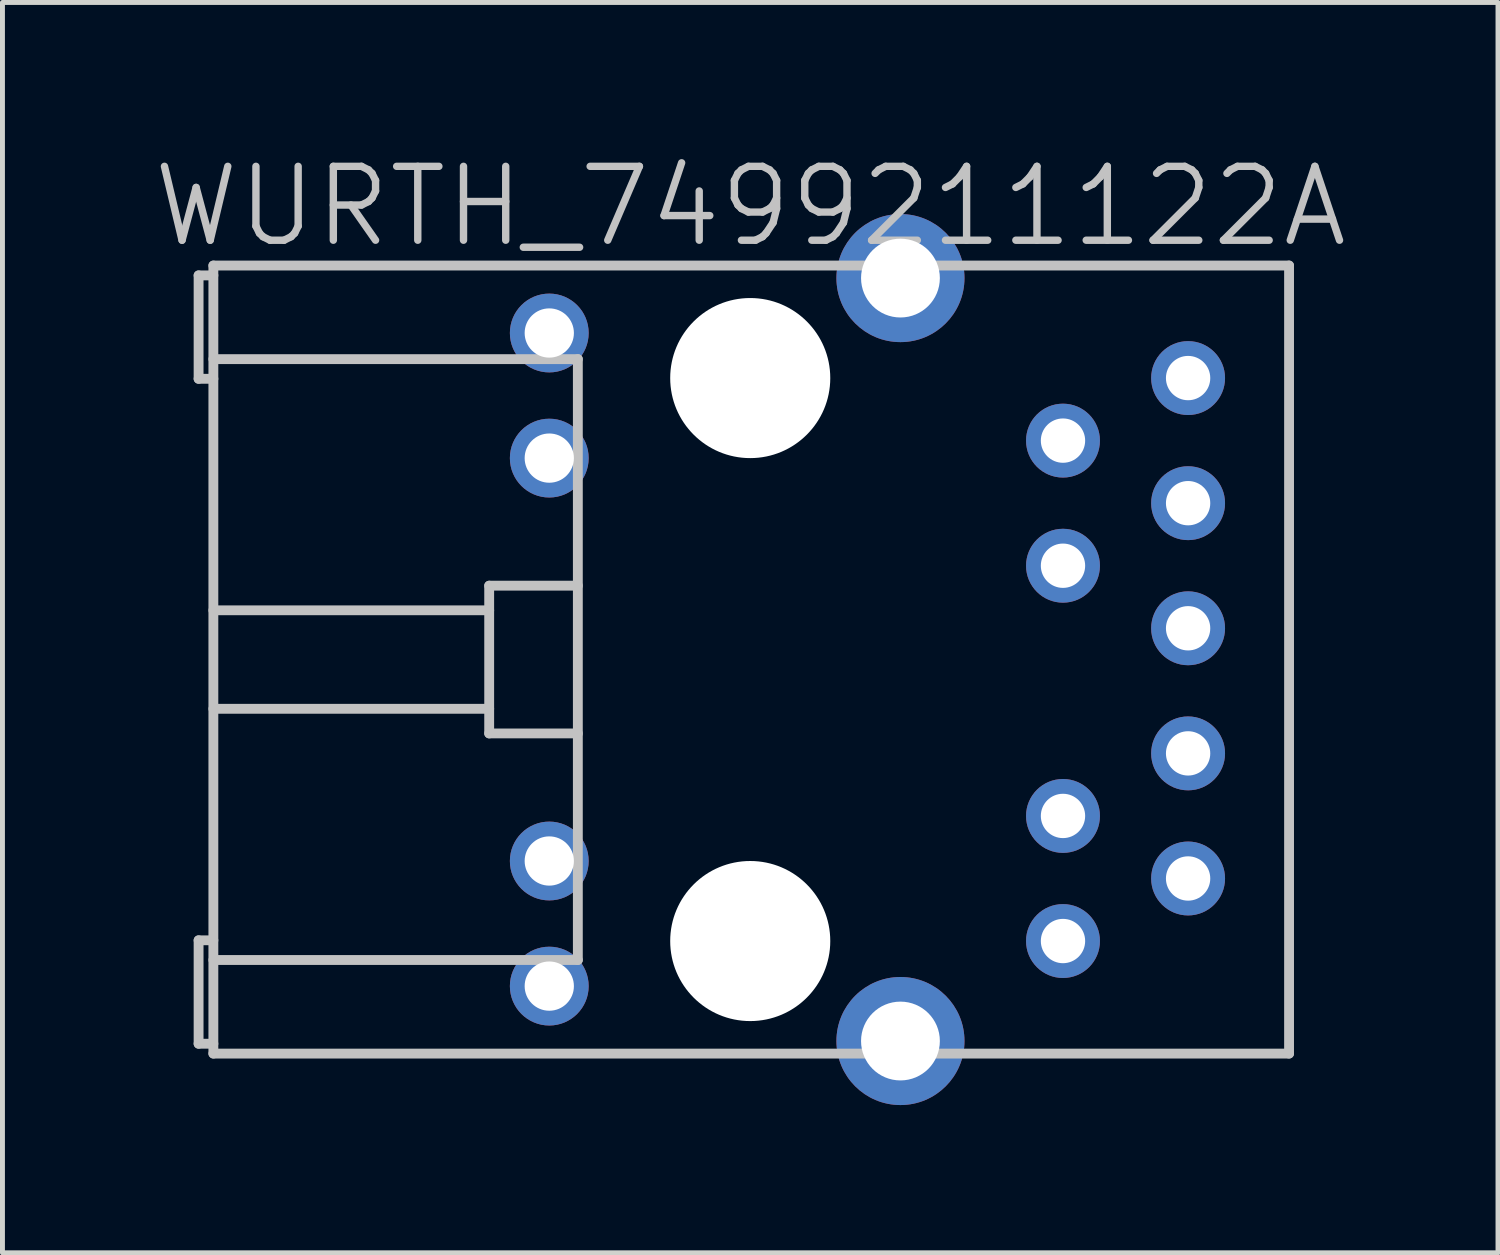
<source format=kicad_pcb>
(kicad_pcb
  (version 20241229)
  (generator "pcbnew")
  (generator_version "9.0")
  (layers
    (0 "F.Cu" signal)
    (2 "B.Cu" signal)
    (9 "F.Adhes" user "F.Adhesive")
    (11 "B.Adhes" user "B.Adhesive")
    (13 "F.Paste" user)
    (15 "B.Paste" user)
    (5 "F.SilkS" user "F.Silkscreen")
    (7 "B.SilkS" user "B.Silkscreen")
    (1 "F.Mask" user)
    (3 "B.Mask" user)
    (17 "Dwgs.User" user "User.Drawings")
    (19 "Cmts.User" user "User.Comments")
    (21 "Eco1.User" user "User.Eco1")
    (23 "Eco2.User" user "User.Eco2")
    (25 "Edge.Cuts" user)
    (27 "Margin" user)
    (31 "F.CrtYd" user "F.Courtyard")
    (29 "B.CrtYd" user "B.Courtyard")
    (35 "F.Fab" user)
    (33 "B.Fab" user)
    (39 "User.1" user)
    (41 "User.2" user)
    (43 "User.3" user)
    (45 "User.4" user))
  (footprint "WURTH_7499211122A"
    (layer "F.Cu")
    (at 12.182 10.341)
    (property "Reference" "WURTH_7499211122A" (at 0 -9.2 180) (layer "Dwgs.User") (effects (font (size 1.5 1.5) (thickness 0.15))))
    (attr through_hole)
    (fp_line (start -11.2 -7.8) (end -11.2 -5.7) (stroke (width 0.2) (type solid)) (layer "Dwgs.User"))
    (fp_line (start -11.2 -7.8) (end -10.9 -7.8) (stroke (width 0.2) (type solid)) (layer "Dwgs.User"))
    (fp_line (start -11.2 -5.7) (end -10.9 -5.7) (stroke (width 0.2) (type solid)) (layer "Dwgs.User"))
    (fp_line (start -11.2 5.7) (end -11.2 7.8) (stroke (width 0.2) (type solid)) (layer "Dwgs.User"))
    (fp_line (start -11.2 5.7) (end -10.9 5.7) (stroke (width 0.2) (type solid)) (layer "Dwgs.User"))
    (fp_line (start -11.2 7.8) (end -10.9 7.8) (stroke (width 0.2) (type solid)) (layer "Dwgs.User"))
    (fp_line (start -10.9 -8) (end 10.94 -8) (stroke (width 0.2) (type solid)) (layer "Dwgs.User"))
    (fp_line (start -10.9 -6.1) (end -3.5 -6.1) (stroke (width 0.2) (type solid)) (layer "Dwgs.User"))
    (fp_line (start -10.9 -1) (end -5.3 -1) (stroke (width 0.2) (type solid)) (layer "Dwgs.User"))
    (fp_line (start -10.9 8) (end -10.9 -8) (stroke (width 0.2) (type solid)) (layer "Dwgs.User"))
    (fp_line (start -5.3 -1.5) (end -3.5 -1.5) (stroke (width 0.2) (type solid)) (layer "Dwgs.User"))
    (fp_line (start -5.3 1) (end -10.9 1) (stroke (width 0.2) (type solid)) (layer "Dwgs.User"))
    (fp_line (start -5.3 1.5) (end -5.3 -1.5) (stroke (width 0.2) (type solid)) (layer "Dwgs.User"))
    (fp_line (start -3.5 -6.1) (end -3.5 6.1) (stroke (width 0.2) (type solid)) (layer "Dwgs.User"))
    (fp_line (start -3.5 1.5) (end -5.3 1.5) (stroke (width 0.2) (type solid)) (layer "Dwgs.User"))
    (fp_line (start -3.5 6.1) (end -10.9 6.1) (stroke (width 0.2) (type solid)) (layer "Dwgs.User"))
    (fp_line (start 10.94 -8) (end 10.94 8) (stroke (width 0.2) (type solid)) (layer "Dwgs.User"))
    (fp_line (start 10.94 8) (end -10.9 8) (stroke (width 0.2) (type solid)) (layer "Dwgs.User"))
    (pad "" np_thru_hole circle (at 0 -5.715 270) (size 3.25 3.25) (drill 3.25) (layers "*.Cu" "*.Mask"))
    (pad "" np_thru_hole circle (at 0 5.715 270) (size 3.25 3.25) (drill 3.25) (layers "*.Cu" "*.Mask"))
    (pad "1" thru_hole circle (at 8.89 -5.715 270) (size 1.5 1.5) (drill 0.9) (layers "*.Cu"))
    (pad "2" thru_hole circle (at 6.35 -4.445 270) (size 1.5 1.5) (drill 0.9) (layers "*.Cu"))
    (pad "3" thru_hole circle (at 8.89 -3.175 270) (size 1.5 1.5) (drill 0.9) (layers "*.Cu"))
    (pad "4" thru_hole circle (at 6.35 -1.905 270) (size 1.5 1.5) (drill 0.9) (layers "*.Cu"))
    (pad "5" thru_hole circle (at 8.89 -0.635 270) (size 1.5 1.5) (drill 0.9) (layers "*.Cu"))
    (pad "7" thru_hole circle (at 8.89 1.905 270) (size 1.5 1.5) (drill 0.9) (layers "*.Cu"))
    (pad "8" thru_hole circle (at 6.35 3.175 270) (size 1.5 1.5) (drill 0.9) (layers "*.Cu"))
    (pad "9" thru_hole circle (at 8.89 4.445 270) (size 1.5 1.5) (drill 0.9) (layers "*.Cu"))
    (pad "10" thru_hole circle (at 6.35 5.715 270) (size 1.5 1.5) (drill 0.9) (layers "*.Cu"))
    (pad "11" thru_hole circle (at -4.08 -6.63 270) (size 1.6 1.6) (drill 1) (layers "*.Cu"))
    (pad "12" thru_hole circle (at -4.08 -4.09 270) (size 1.6 1.6) (drill 1) (layers "*.Cu"))
    (pad "13" thru_hole circle (at -4.08 4.09 270) (size 1.6 1.6) (drill 1) (layers "*.Cu"))
    (pad "14" thru_hole circle (at -4.08 6.63 270) (size 1.6 1.6) (drill 1) (layers "*.Cu"))
    (pad "15" thru_hole circle (at 3.05 -7.745 270) (size 2.6 2.6) (drill 1.6) (layers "*.Cu"))
    (pad "15" thru_hole circle (at 3.05 7.745 270) (size 2.6 2.6) (drill 1.6) (layers "*.Cu")))
  (gr_rect
    (start -3 -3)
    (end 27.364 22.386)
    (stroke (width 0.1) (type default))
    (fill no)
    (layer "Edge.Cuts")))
</source>
